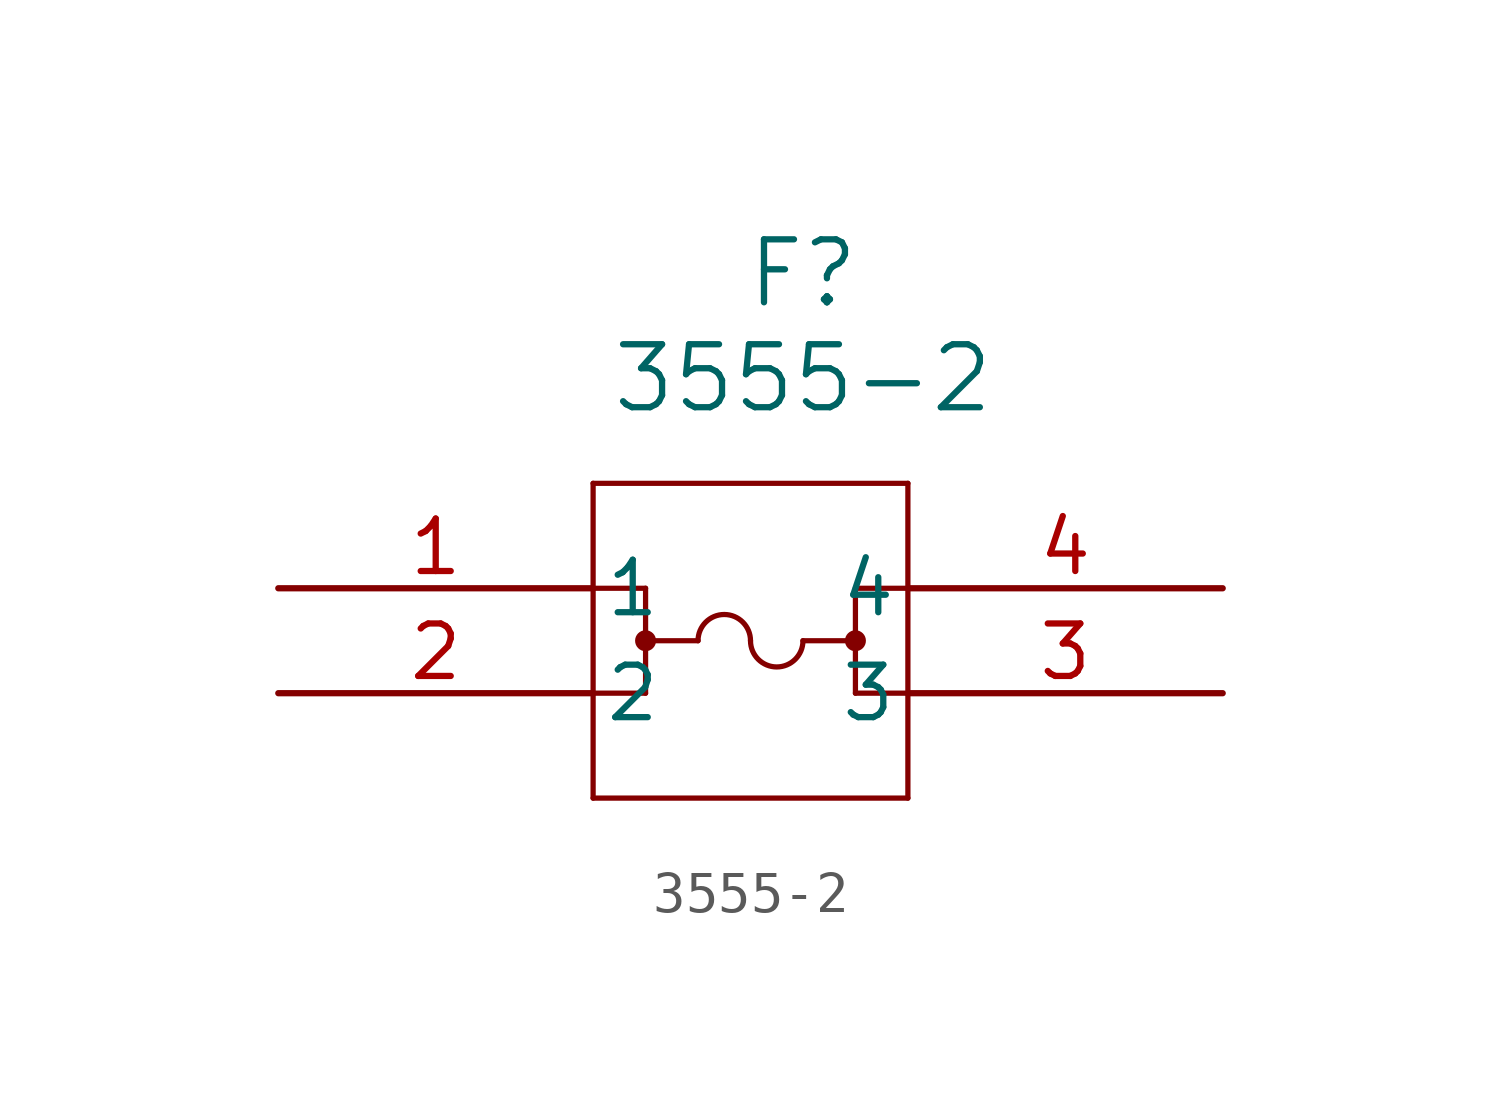
<source format=kicad_sym>
(kicad_symbol_lib
  (version 20211014)
  (generator kicad_symbol_editor)
  (symbol "3555-2"
    (pin_names
      (offset 0.254))
    (property "Reference" "F"
      (at 12.7 7.62 0)
      (effects (font (size 1.524 1.524))))
    (property "Value" "3555-2"
      (at 12.7 5.08 0)
      (effects (font (size 1.524 1.524))))
    (symbol "3555-2_0_1"
      (polyline (pts (xy 7.62 2.54) (xy 7.62 -5.08)) (stroke (width 0.127) (type default) (color 0 0 0 0)) (fill (type none)))
      (polyline (pts (xy 7.62 -5.08) (xy 15.24 -5.08)) (stroke (width 0.127) (type default) (color 0 0 0 0)) (fill (type none)))
      (polyline (pts (xy 15.24 -5.08) (xy 15.24 2.54)) (stroke (width 0.127) (type default) (color 0 0 0 0)) (fill (type none)))
      (polyline (pts (xy 15.24 2.54) (xy 7.62 2.54)) (stroke (width 0.127) (type default) (color 0 0 0 0)) (fill (type none)))
      (polyline (pts (xy 8.89 -1.27) (xy 10.16 -1.27)) (stroke (width 0.127) (type default) (color 0 0 0 0)) (fill (type none)))
      (arc (start 11.43 -1.27) (mid 10.795 -0.635) (end 10.16 -1.27) (stroke (width 0.127) (type default) (color 0 0 0 0)) (fill (type none)))
      (arc (start 11.43 -1.27) (mid 12.065 -1.905) (end 12.7 -1.27) (stroke (width 0.127) (type default) (color 0 0 0 0)) (fill (type none)))
      (polyline (pts (xy 7.62 0) (xy 8.89 0)) (stroke (width 0.127) (type default) (color 0 0 0 0)) (fill (type none)))
      (polyline (pts (xy 8.89 0) (xy 8.89 -2.54)) (stroke (width 0.127) (type default) (color 0 0 0 0)) (fill (type none)))
      (polyline (pts (xy 8.89 -2.54) (xy 7.62 -2.54)) (stroke (width 0.127) (type default) (color 0 0 0 0)) (fill (type none)))
      (circle (center 8.89 -1.27) (radius 0.127) (stroke (width 0.254) (type default) (color 0 0 0 0)) (fill (type none)))
      (polyline (pts (xy 13.97 -1.27) (xy 12.7 -1.27)) (stroke (width 0.127) (type default) (color 0 0 0 0)) (fill (type none)))
      (polyline (pts (xy 15.24 0) (xy 13.97 0)) (stroke (width 0.127) (type default) (color 0 0 0 0)) (fill (type none)))
      (polyline (pts (xy 13.97 0) (xy 13.97 -2.54)) (stroke (width 0.127) (type default) (color 0 0 0 0)) (fill (type none)))
      (polyline (pts (xy 13.97 -2.54) (xy 15.24 -2.54)) (stroke (width 0.127) (type default) (color 0 0 0 0)) (fill (type none)))
      (circle (center 13.97 -1.27) (radius 0.127) (stroke (width 0.254) (type default) (color 0 0 0 0)) (fill (type none)))
      (pin unspecified line (at 0 0 0) (length 7.62) (name "1" (effects (font (size 1.27 1.27)))) (number "1" (effects (font (size 1.27 1.27)))))
      (pin unspecified line (at 0 -2.54 0) (length 7.62) (name "2" (effects (font (size 1.27 1.27)))) (number "2" (effects (font (size 1.27 1.27)))))
      (pin unspecified line (at 22.86 -2.54 180) (length 7.62) (name "3" (effects (font (size 1.27 1.27)))) (number "3" (effects (font (size 1.27 1.27)))))
      (pin unspecified line (at 22.86 0 180) (length 7.62) (name "4" (effects (font (size 1.27 1.27)))) (number "4" (effects (font (size 1.27 1.27))))))))
</source>
